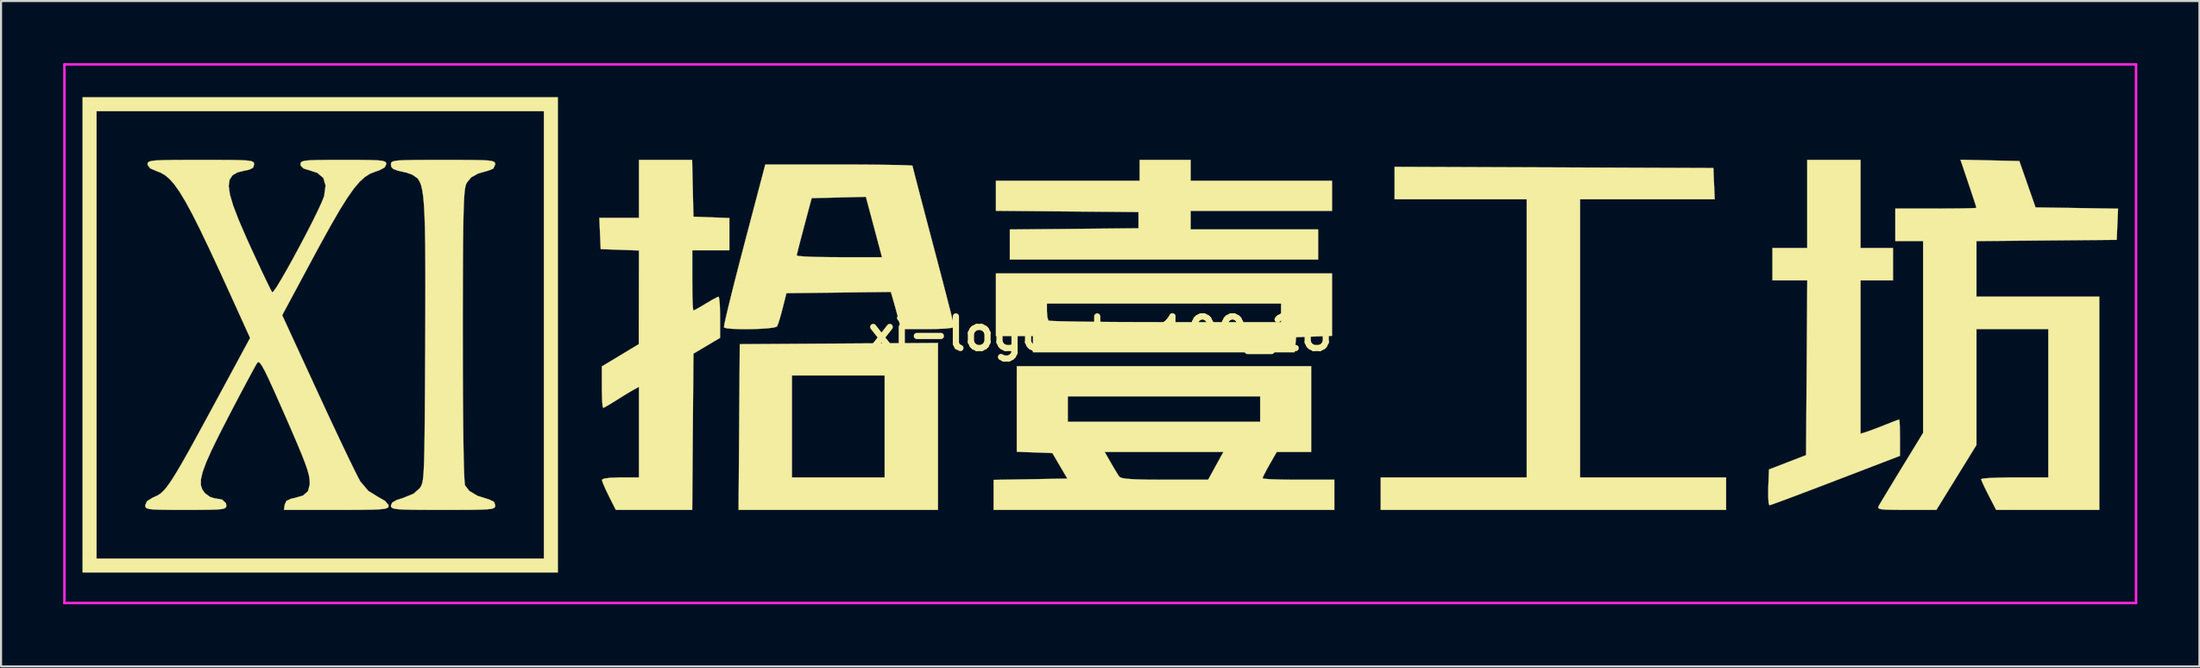
<source format=kicad_pcb>
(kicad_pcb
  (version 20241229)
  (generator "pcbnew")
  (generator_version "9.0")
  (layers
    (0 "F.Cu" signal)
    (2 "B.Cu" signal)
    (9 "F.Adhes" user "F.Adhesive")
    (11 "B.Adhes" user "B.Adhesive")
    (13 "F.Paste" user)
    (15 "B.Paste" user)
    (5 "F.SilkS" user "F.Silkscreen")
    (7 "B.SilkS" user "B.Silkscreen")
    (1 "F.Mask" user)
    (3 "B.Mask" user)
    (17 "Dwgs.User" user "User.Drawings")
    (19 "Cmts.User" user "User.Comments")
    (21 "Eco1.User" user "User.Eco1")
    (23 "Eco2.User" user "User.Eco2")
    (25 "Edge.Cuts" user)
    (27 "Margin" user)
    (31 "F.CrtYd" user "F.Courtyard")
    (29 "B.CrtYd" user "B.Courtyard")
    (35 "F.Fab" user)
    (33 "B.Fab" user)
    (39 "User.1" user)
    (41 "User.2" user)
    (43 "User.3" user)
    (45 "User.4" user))
  (footprint "xi-logo-b-100_26"
    (layer "F.Cu")
    (at 50.06 13.06)
    (property "Reference" "xi-logo-b-100_26" (at 0 0 0) (layer "F.SilkS") (effects (font (size 1.524 1.524) (thickness 0.3))))
    (attr through_hole)
    (fp_poly (pts (xy -26.183 11.525) (xy -49.122 11.525) (xy -49.122 -10.742) (xy -48.45 -10.742) (xy -48.45 10.854) (xy -26.855 10.854) (xy -26.855 -10.742) (xy -48.45 -10.742) (xy -49.122 -10.742) (xy -49.122 -11.413) (xy -26.183 -11.413) (xy -26.183 11.525)) (stroke (width 0.01) (type solid)) (fill yes) (layer "F.SilkS"))
    (fp_poly (pts (xy -7.833 8.504) (xy -17.458 8.504) (xy -17.411 2.014) (xy -14.882 2.014) (xy -14.882 6.937) (xy -10.406 6.937) (xy -10.406 2.014) (xy -14.882 2.014) (xy -17.411 2.014) (xy -17.4 0.504) (xy -7.833 0.445) (xy -7.833 8.504)) (stroke (width 0.01) (type solid)) (fill yes) (layer "F.SilkS"))
    (fp_poly (pts (xy 21.903 -8.029) (xy 29.596 -8) (xy 29.629 -7.245) (xy 29.662 -6.49) (xy 23.162 -6.49) (xy 23.162 6.937) (xy 30.211 6.937) (xy 30.211 8.504) (xy 13.539 8.504) (xy 13.539 6.937) (xy 20.589 6.937) (xy 20.589 -6.49) (xy 14.211 -6.49) (xy 14.211 -8.058) (xy 21.903 -8.029)) (stroke (width 0.01) (type solid)) (fill yes) (layer "F.SilkS"))
    (fp_poly (pts (xy 4.364 -7.385) (xy 11.189 -7.385) (xy 11.189 -5.93) (xy 4.364 -5.93) (xy 4.364 -5.035) (xy 10.518 -5.035) (xy 10.518 -3.581) (xy -4.364 -3.581) (xy -4.364 -5.032) (xy -1.259 -5.061) (xy 1.846 -5.091) (xy 1.846 -5.874) (xy -1.594 -5.904) (xy -5.035 -5.934) (xy -5.035 -7.385) (xy 1.902 -7.385) (xy 1.902 -8.392) (xy 4.364 -8.392) (xy 4.364 -7.385)) (stroke (width 0.01) (type solid)) (fill yes) (layer "F.SilkS"))
    (fp_poly (pts (xy 11.189 0.102) (xy 10.322 0.135) (xy 9.455 0.168) (xy 9.42 0.531) (xy 9.385 0.895) (xy -3.245 0.895) (xy -3.245 0.112) (xy -5.035 0.112) (xy -5.035 -1.455) (xy -2.574 -1.455) (xy -2.574 -1.082) (xy -2.553 -0.805) (xy -2.503 -0.639) (xy -2.499 -0.634) (xy -2.376 -0.619) (xy -2.05 -0.606) (xy -1.544 -0.593) (xy -0.879 -0.582) (xy -0.077 -0.573) (xy 0.842 -0.566) (xy 1.854 -0.562) (xy 2.939 -0.56) (xy 3.152 -0.559) (xy 8.728 -0.559) (xy 8.728 -1.455) (xy -2.574 -1.455) (xy -5.035 -1.455) (xy -5.035 -2.909) (xy 11.189 -2.909) (xy 11.189 0.102)) (stroke (width 0.01) (type solid)) (fill yes) (layer "F.SilkS"))
    (fp_poly (pts (xy 36.701 -4.14) (xy 38.268 -4.14) (xy 38.268 -2.574) (xy 36.701 -2.574) (xy 36.701 4.827) (xy 36.953 4.75) (xy 37.19 4.667) (xy 37.547 4.532) (xy 37.868 4.406) (xy 38.215 4.269) (xy 38.468 4.173) (xy 38.567 4.14) (xy 38.584 4.243) (xy 38.597 4.516) (xy 38.603 4.906) (xy 38.604 5.017) (xy 38.604 5.895) (xy 35.496 7.087) (xy 34.71 7.388) (xy 33.991 7.661) (xy 33.366 7.896) (xy 32.861 8.084) (xy 32.504 8.214) (xy 32.32 8.276) (xy 32.303 8.28) (xy 32.266 8.177) (xy 32.246 7.905) (xy 32.246 7.517) (xy 32.249 7.416) (xy 32.281 6.553) (xy 33.177 6.206) (xy 34.072 5.86) (xy 34.101 1.643) (xy 34.13 -2.574) (xy 32.449 -2.574) (xy 32.449 -4.14) (xy 34.128 -4.14) (xy 34.128 -8.392) (xy 36.701 -8.392) (xy 36.701 -4.14)) (stroke (width 0.01) (type solid)) (fill yes) (layer "F.SilkS"))
    (fp_poly (pts (xy 10.182 5.707) (xy 8.52 5.707) (xy 8.176 6.308) (xy 7.996 6.634) (xy 7.871 6.879) (xy 7.833 6.979) (xy 7.938 7.003) (xy 8.229 7.024) (xy 8.668 7.039) (xy 9.217 7.048) (xy 9.567 7.049) (xy 11.301 7.049) (xy 11.301 8.504) (xy -5.147 8.504) (xy -5.147 7.055) (xy -3.367 7.024) (xy -1.587 6.993) (xy -1.948 6.378) (xy -2.309 5.763) (xy -3.781 5.707) (xy 0.214 5.707) (xy 0.518 6.238) (xy 0.708 6.563) (xy 0.866 6.819) (xy 0.928 6.909) (xy 1.036 6.963) (xy 1.281 7.002) (xy 1.684 7.029) (xy 2.267 7.044) (xy 3.05 7.049) (xy 3.121 7.049) (xy 5.207 7.049) (xy 5.576 6.378) (xy 5.946 5.707) (xy 0.214 5.707) (xy -3.781 5.707) (xy -4.028 5.697) (xy -4.028 3.021) (xy -1.567 3.021) (xy -1.567 4.252) (xy 7.721 4.252) (xy 7.721 3.021) (xy -1.567 3.021) (xy -4.028 3.021) (xy -4.028 1.567) (xy 10.182 1.567) (xy 10.182 5.707)) (stroke (width 0.01) (type solid)) (fill yes) (layer "F.SilkS"))
    (fp_poly (pts (xy 42.946 -8.367) (xy 44.366 -8.336) (xy 44.758 -7.217) (xy 45.149 -6.098) (xy 47.141 -6.068) (xy 49.132 -6.037) (xy 49.099 -5.284) (xy 49.066 -4.532) (xy 45.681 -4.502) (xy 42.296 -4.472) (xy 42.296 -1.79) (xy 48.226 -1.79) (xy 48.226 8.504) (xy 45.737 8.504) (xy 43.247 8.503) (xy 42.883 7.8) (xy 42.703 7.441) (xy 42.573 7.162) (xy 42.52 7.02) (xy 42.52 7.017) (xy 42.625 6.989) (xy 42.915 6.965) (xy 43.35 6.948) (xy 43.89 6.938) (xy 44.142 6.937) (xy 45.765 6.937) (xy 45.765 -0.224) (xy 42.296 -0.224) (xy 42.296 5.372) (xy 41.329 6.938) (xy 40.362 8.504) (xy 38.919 8.504) (xy 38.33 8.502) (xy 37.932 8.493) (xy 37.692 8.471) (xy 37.577 8.433) (xy 37.556 8.373) (xy 37.582 8.308) (xy 37.674 8.151) (xy 37.861 7.839) (xy 38.122 7.407) (xy 38.435 6.891) (xy 38.705 6.449) (xy 39.722 4.785) (xy 39.722 -4.476) (xy 38.38 -4.476) (xy 38.38 -6.042) (xy 40.338 -6.042) (xy 40.972 -6.044) (xy 41.52 -6.049) (xy 41.947 -6.057) (xy 42.217 -6.067) (xy 42.296 -6.076) (xy 42.263 -6.189) (xy 42.172 -6.47) (xy 42.039 -6.872) (xy 41.911 -7.254) (xy 41.525 -8.399) (xy 42.946 -8.367)) (stroke (width 0.01) (type solid)) (fill yes) (layer "F.SilkS"))
    (fp_poly (pts (xy -19.669 -7.021) (xy -19.637 -5.651) (xy -17.903 -5.585) (xy -17.903 -4.028) (xy -19.693 -4.028) (xy -19.693 -2.574) (xy -19.689 -2.032) (xy -19.679 -1.583) (xy -19.663 -1.266) (xy -19.643 -1.123) (xy -19.639 -1.119) (xy -19.522 -1.173) (xy -19.275 -1.312) (xy -19.039 -1.455) (xy -18.731 -1.637) (xy -18.503 -1.759) (xy -18.422 -1.79) (xy -18.391 -1.687) (xy -18.366 -1.41) (xy -18.352 -1.009) (xy -18.351 -0.796) (xy -18.351 0.199) (xy -18.994 0.58) (xy -19.637 0.962) (xy -19.667 4.733) (xy -19.696 8.504) (xy -23.383 8.504) (xy -23.72 7.836) (xy -23.892 7.479) (xy -24.013 7.196) (xy -24.057 7.053) (xy -23.951 6.993) (xy -23.658 6.954) (xy -23.211 6.938) (xy -23.162 6.937) (xy -22.267 6.937) (xy -22.267 2.566) (xy -22.515 2.699) (xy -22.743 2.83) (xy -23.076 3.034) (xy -23.349 3.206) (xy -23.665 3.402) (xy -23.9 3.538) (xy -23.996 3.581) (xy -24.023 3.477) (xy -24.044 3.2) (xy -24.056 2.799) (xy -24.057 2.578) (xy -24.057 1.576) (xy -23.166 1.04) (xy -22.275 0.504) (xy -22.271 -1.758) (xy -22.267 -4.019) (xy -23.19 -4.052) (xy -24.113 -4.084) (xy -24.179 -5.595) (xy -22.267 -5.595) (xy -22.267 -8.392) (xy -19.7 -8.392) (xy -19.669 -7.021)) (stroke (width 0.01) (type solid)) (fill yes) (layer "F.SilkS"))
    (fp_poly (pts (xy -11.75 -8.166) (xy -10.96 -8.161) (xy -10.273 -8.153) (xy -9.716 -8.143) (xy -9.315 -8.13) (xy -9.096 -8.117) (xy -9.063 -8.108) (xy -9.036 -7.99) (xy -8.957 -7.68) (xy -8.834 -7.204) (xy -8.673 -6.587) (xy -8.48 -5.853) (xy -8.263 -5.027) (xy -8.056 -4.246) (xy -7.822 -3.358) (xy -7.607 -2.537) (xy -7.418 -1.809) (xy -7.261 -1.199) (xy -7.143 -0.733) (xy -7.07 -0.435) (xy -7.049 -0.333) (xy -7.156 -0.286) (xy -7.454 -0.25) (xy -7.912 -0.229) (xy -8.332 -0.224) (xy -9.614 -0.224) (xy -9.738 -0.699) (xy -9.851 -1.119) (xy -9.967 -1.536) (xy -9.985 -1.597) (xy -10.107 -2.018) (xy -12.627 -1.988) (xy -15.148 -1.958) (xy -15.334 -1.219) (xy -15.44 -0.825) (xy -15.536 -0.512) (xy -15.6 -0.351) (xy -15.735 -0.302) (xy -16.037 -0.263) (xy -16.449 -0.236) (xy -16.913 -0.222) (xy -17.373 -0.222) (xy -17.774 -0.237) (xy -18.057 -0.267) (xy -18.164 -0.308) (xy -18.148 -0.432) (xy -18.081 -0.747) (xy -17.968 -1.229) (xy -17.815 -1.852) (xy -17.629 -2.592) (xy -17.415 -3.425) (xy -17.323 -3.776) (xy -14.653 -3.776) (xy -14.548 -3.75) (xy -14.255 -3.727) (xy -13.808 -3.709) (xy -13.241 -3.697) (xy -12.596 -3.693) (xy -10.534 -3.693) (xy -10.81 -4.728) (xy -10.946 -5.235) (xy -11.072 -5.711) (xy -11.171 -6.08) (xy -11.199 -6.186) (xy -11.312 -6.609) (xy -13.93 -6.546) (xy -14.288 -5.203) (xy -14.426 -4.683) (xy -14.54 -4.243) (xy -14.619 -3.927) (xy -14.652 -3.779) (xy -14.653 -3.776) (xy -17.323 -3.776) (xy -17.192 -4.279) (xy -16.169 -8.166) (xy -12.616 -8.167) (xy -11.75 -8.166)) (stroke (width 0.01) (type solid)) (fill yes) (layer "F.SilkS"))
    (fp_poly (pts (xy -30.91 -8.391) (xy -30.294 -8.387) (xy -29.847 -8.378) (xy -29.543 -8.361) (xy -29.354 -8.334) (xy -29.252 -8.293) (xy -29.212 -8.238) (xy -29.204 -8.17) (xy -29.298 -7.971) (xy -29.512 -7.882) (xy -30.027 -7.735) (xy -30.366 -7.548) (xy -30.575 -7.291) (xy -30.617 -7.201) (xy -30.649 -7.087) (xy -30.677 -6.9) (xy -30.701 -6.627) (xy -30.72 -6.25) (xy -30.736 -5.754) (xy -30.749 -5.124) (xy -30.758 -4.344) (xy -30.764 -3.398) (xy -30.768 -2.27) (xy -30.771 -0.946) (xy -30.771 0.101) (xy -30.769 1.555) (xy -30.764 2.874) (xy -30.755 4.046) (xy -30.744 5.06) (xy -30.73 5.902) (xy -30.712 6.56) (xy -30.693 7.024) (xy -30.671 7.281) (xy -30.662 7.322) (xy -30.45 7.594) (xy -30.057 7.826) (xy -29.528 7.992) (xy -29.512 7.996) (xy -29.264 8.114) (xy -29.204 8.282) (xy -29.213 8.354) (xy -29.256 8.408) (xy -29.362 8.447) (xy -29.557 8.474) (xy -29.869 8.491) (xy -30.325 8.5) (xy -30.951 8.503) (xy -31.722 8.504) (xy -32.536 8.503) (xy -33.152 8.499) (xy -33.6 8.489) (xy -33.904 8.471) (xy -34.093 8.443) (xy -34.194 8.403) (xy -34.234 8.348) (xy -34.24 8.296) (xy -34.176 8.149) (xy -33.959 8.026) (xy -33.663 7.933) (xy -33.149 7.724) (xy -32.852 7.461) (xy -32.803 7.39) (xy -32.761 7.31) (xy -32.726 7.201) (xy -32.696 7.047) (xy -32.672 6.829) (xy -32.653 6.531) (xy -32.637 6.134) (xy -32.624 5.622) (xy -32.614 4.975) (xy -32.606 4.177) (xy -32.599 3.21) (xy -32.592 2.056) (xy -32.585 0.698) (xy -32.584 0.548) (xy -32.578 -0.961) (xy -32.575 -2.263) (xy -32.577 -3.374) (xy -32.584 -4.31) (xy -32.598 -5.087) (xy -32.618 -5.723) (xy -32.646 -6.232) (xy -32.682 -6.632) (xy -32.728 -6.939) (xy -32.783 -7.17) (xy -32.849 -7.339) (xy -32.927 -7.465) (xy -32.964 -7.509) (xy -33.203 -7.675) (xy -33.496 -7.779) (xy -33.895 -7.868) (xy -34.121 -7.95) (xy -34.22 -8.05) (xy -34.24 -8.176) (xy -34.23 -8.246) (xy -34.183 -8.299) (xy -34.072 -8.337) (xy -33.869 -8.363) (xy -33.548 -8.379) (xy -33.081 -8.388) (xy -32.441 -8.391) (xy -31.722 -8.392) (xy -30.91 -8.391)) (stroke (width 0.01) (type solid)) (fill yes) (layer "F.SilkS"))
    (fp_poly (pts (xy -35.805 -8.391) (xy -35.27 -8.385) (xy -34.899 -8.371) (xy -34.663 -8.347) (xy -34.531 -8.309) (xy -34.475 -8.255) (xy -34.463 -8.188) (xy -34.542 -8.029) (xy -34.797 -7.89) (xy -34.993 -7.824) (xy -35.249 -7.723) (xy -35.498 -7.565) (xy -35.754 -7.331) (xy -36.031 -7.004) (xy -36.342 -6.563) (xy -36.701 -5.991) (xy -37.12 -5.268) (xy -37.615 -4.376) (xy -38.011 -3.644) (xy -39.488 -0.894) (xy -37.749 2.882) (xy -37.342 3.761) (xy -36.953 4.593) (xy -36.594 5.353) (xy -36.277 6.015) (xy -36.016 6.55) (xy -35.823 6.935) (xy -35.712 7.138) (xy -35.327 7.59) (xy -34.883 7.865) (xy -34.527 8.069) (xy -34.361 8.258) (xy -34.352 8.307) (xy -34.366 8.371) (xy -34.427 8.419) (xy -34.563 8.454) (xy -34.799 8.478) (xy -35.162 8.493) (xy -35.68 8.501) (xy -36.379 8.504) (xy -36.877 8.504) (xy -39.402 8.504) (xy -39.367 8.254) (xy -39.282 8.068) (xy -39.058 7.964) (xy -38.917 7.937) (xy -38.487 7.814) (xy -38.243 7.602) (xy -38.157 7.272) (xy -38.156 7.218) (xy -38.165 7.035) (xy -38.199 6.83) (xy -38.268 6.577) (xy -38.38 6.25) (xy -38.546 5.826) (xy -38.774 5.278) (xy -39.074 4.58) (xy -39.455 3.709) (xy -39.528 3.545) (xy -39.863 2.79) (xy -40.123 2.219) (xy -40.319 1.813) (xy -40.463 1.55) (xy -40.565 1.408) (xy -40.638 1.368) (xy -40.691 1.403) (xy -40.779 1.552) (xy -40.954 1.869) (xy -41.2 2.326) (xy -41.501 2.892) (xy -41.84 3.537) (xy -42.083 4.004) (xy -42.547 4.907) (xy -42.904 5.639) (xy -43.163 6.222) (xy -43.33 6.68) (xy -43.412 7.033) (xy -43.415 7.306) (xy -43.347 7.52) (xy -43.214 7.698) (xy -43.204 7.708) (xy -42.963 7.881) (xy -42.753 7.944) (xy -42.392 8.005) (xy -42.206 8.177) (xy -42.184 8.292) (xy -42.196 8.368) (xy -42.254 8.424) (xy -42.387 8.462) (xy -42.627 8.485) (xy -43.003 8.498) (xy -43.548 8.503) (xy -44.142 8.504) (xy -44.847 8.503) (xy -45.358 8.497) (xy -45.708 8.483) (xy -45.926 8.458) (xy -46.044 8.418) (xy -46.091 8.358) (xy -46.1 8.279) (xy -46.013 8.083) (xy -45.732 7.909) (xy -45.656 7.877) (xy -45.505 7.807) (xy -45.361 7.714) (xy -45.212 7.577) (xy -45.045 7.38) (xy -44.851 7.105) (xy -44.616 6.732) (xy -44.329 6.245) (xy -43.979 5.626) (xy -43.555 4.855) (xy -43.044 3.916) (xy -42.69 3.263) (xy -41.037 0.204) (xy -41.96 -1.828) (xy -42.535 -3.086) (xy -43.033 -4.154) (xy -43.462 -5.047) (xy -43.833 -5.783) (xy -44.156 -6.377) (xy -44.439 -6.846) (xy -44.692 -7.204) (xy -44.926 -7.469) (xy -45.149 -7.657) (xy -45.37 -7.782) (xy -45.548 -7.848) (xy -45.868 -7.987) (xy -45.987 -8.158) (xy -45.989 -8.186) (xy -45.977 -8.252) (xy -45.924 -8.302) (xy -45.802 -8.339) (xy -45.586 -8.364) (xy -45.248 -8.379) (xy -44.762 -8.388) (xy -44.101 -8.391) (xy -43.415 -8.392) (xy -42.592 -8.391) (xy -41.967 -8.388) (xy -41.511 -8.379) (xy -41.199 -8.362) (xy -41.002 -8.336) (xy -40.895 -8.297) (xy -40.851 -8.244) (xy -40.841 -8.173) (xy -40.841 -8.17) (xy -40.894 -8.013) (xy -41.086 -7.917) (xy -41.296 -7.874) (xy -41.639 -7.791) (xy -41.883 -7.652) (xy -42.027 -7.439) (xy -42.071 -7.134) (xy -42.012 -6.716) (xy -41.849 -6.168) (xy -41.58 -5.471) (xy -41.205 -4.605) (xy -41.013 -4.181) (xy -40.719 -3.544) (xy -40.454 -2.977) (xy -40.232 -2.511) (xy -40.068 -2.178) (xy -39.978 -2.009) (xy -39.968 -1.995) (xy -39.892 -2.062) (xy -39.733 -2.296) (xy -39.51 -2.666) (xy -39.238 -3.139) (xy -38.937 -3.682) (xy -38.624 -4.263) (xy -38.315 -4.85) (xy -38.028 -5.41) (xy -37.782 -5.911) (xy -37.592 -6.32) (xy -37.477 -6.604) (xy -37.461 -6.659) (xy -37.394 -7.158) (xy -37.504 -7.523) (xy -37.797 -7.767) (xy -38.132 -7.876) (xy -38.452 -7.974) (xy -38.59 -8.105) (xy -38.604 -8.184) (xy -38.591 -8.257) (xy -38.532 -8.311) (xy -38.399 -8.348) (xy -38.16 -8.372) (xy -37.786 -8.385) (xy -37.247 -8.391) (xy -36.533 -8.392) (xy -35.805 -8.391)) (stroke (width 0.01) (type solid)) (fill yes) (layer "F.SilkS"))
    (fp_line (start -50 -13) (end 50 -13) (stroke (width 0.12) (type solid)) (layer "F.CrtYd"))
    (fp_line (start -50 13) (end -50 -13) (stroke (width 0.12) (type solid)) (layer "F.CrtYd"))
    (fp_line (start 50 -13) (end 50 13) (stroke (width 0.12) (type solid)) (layer "F.CrtYd"))
    (fp_line (start 50 13) (end -50 13) (stroke (width 0.12) (type solid)) (layer "F.CrtYd")))
  (gr_rect
    (start -3 -3)
    (end 103.12 29.12)
    (stroke (width 0.1) (type default))
    (fill no)
    (layer "Edge.Cuts")))
</source>
